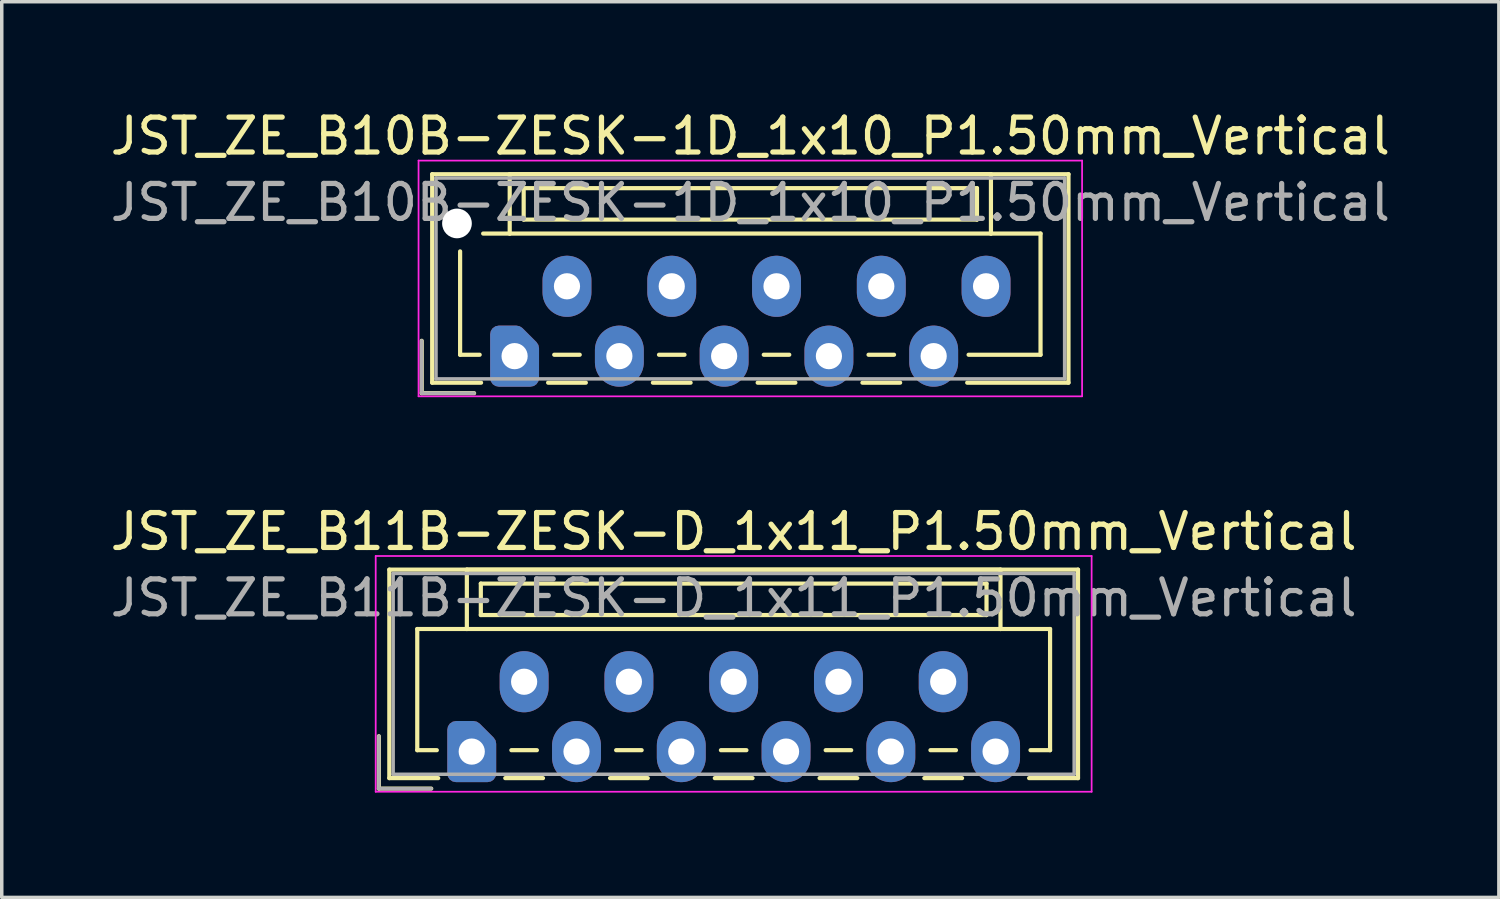
<source format=kicad_pcb>
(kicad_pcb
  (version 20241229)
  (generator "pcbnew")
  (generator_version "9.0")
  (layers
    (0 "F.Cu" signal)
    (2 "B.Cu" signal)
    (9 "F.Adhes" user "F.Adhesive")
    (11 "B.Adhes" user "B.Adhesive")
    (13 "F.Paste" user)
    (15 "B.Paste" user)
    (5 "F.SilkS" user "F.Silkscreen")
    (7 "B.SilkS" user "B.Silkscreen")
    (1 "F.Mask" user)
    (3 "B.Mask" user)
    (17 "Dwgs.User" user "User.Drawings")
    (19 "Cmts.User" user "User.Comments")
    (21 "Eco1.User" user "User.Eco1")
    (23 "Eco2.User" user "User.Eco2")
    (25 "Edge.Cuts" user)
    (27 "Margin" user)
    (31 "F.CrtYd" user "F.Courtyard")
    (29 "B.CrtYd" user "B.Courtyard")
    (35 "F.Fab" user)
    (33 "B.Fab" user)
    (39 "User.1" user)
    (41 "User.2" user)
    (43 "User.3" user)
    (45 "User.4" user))
  (footprint "JST_ZE_B10B-ZESK-1D_1x10_P1.50mm_Vertical"
    (layer "F.Cu")
    (at 11.685 7.148)
    (property "Reference" "JST_ZE_B10B-ZESK-1D_1x10_P1.50mm_Vertical" (at 6.75 -6.3 0) (layer "F.SilkS") (effects (font (size 1 1) (thickness 0.15))))
    (attr through_hole)
    (fp_line (start -2.66 -0.44) (end -2.66 1.06) (stroke (width 0.12) (type solid)) (layer "F.SilkS"))
    (fp_line (start -2.66 1.06) (end -1.16 1.06) (stroke (width 0.12) (type solid)) (layer "F.SilkS"))
    (fp_line (start -2.36 -5.21) (end 15.86 -5.21) (stroke (width 0.12) (type solid)) (layer "F.SilkS"))
    (fp_line (start -2.36 0.76) (end -2.36 -5.21) (stroke (width 0.12) (type solid)) (layer "F.SilkS"))
    (fp_line (start -1.56 -3) (end -1.56 -0.04) (stroke (width 0.12) (type solid)) (layer "F.SilkS"))
    (fp_line (start -1.56 -0.04) (end -1 -0.04) (stroke (width 0.12) (type solid)) (layer "F.SilkS"))
    (fp_line (start -0.96 0.76) (end -2.36 0.76) (stroke (width 0.12) (type solid)) (layer "F.SilkS"))
    (fp_line (start -0.14 -5.21) (end -0.14 -3.51) (stroke (width 0.12) (type solid)) (layer "F.SilkS"))
    (fp_line (start -0.14 -3.51) (end -0.9 -3.51) (stroke (width 0.12) (type solid)) (layer "F.SilkS"))
    (fp_line (start -0.14 -3.51) (end 13.64 -3.51) (stroke (width 0.12) (type solid)) (layer "F.SilkS"))
    (fp_line (start 0.26 -4.81) (end 0.26 -3.91) (stroke (width 0.12) (type solid)) (layer "F.SilkS"))
    (fp_line (start 0.26 -3.91) (end 13.24 -3.91) (stroke (width 0.12) (type solid)) (layer "F.SilkS"))
    (fp_line (start 0.96 0.76) (end 2.04 0.76) (stroke (width 0.12) (type solid)) (layer "F.SilkS"))
    (fp_line (start 1.135 -0.04) (end 1.865 -0.04) (stroke (width 0.12) (type solid)) (layer "F.SilkS"))
    (fp_line (start 3.96 0.76) (end 5.04 0.76) (stroke (width 0.12) (type solid)) (layer "F.SilkS"))
    (fp_line (start 4.135 -0.04) (end 4.865 -0.04) (stroke (width 0.12) (type solid)) (layer "F.SilkS"))
    (fp_line (start 6.96 0.76) (end 8.04 0.76) (stroke (width 0.12) (type solid)) (layer "F.SilkS"))
    (fp_line (start 7.135 -0.04) (end 7.865 -0.04) (stroke (width 0.12) (type solid)) (layer "F.SilkS"))
    (fp_line (start 9.96 0.76) (end 11.04 0.76) (stroke (width 0.12) (type solid)) (layer "F.SilkS"))
    (fp_line (start 10.135 -0.04) (end 10.865 -0.04) (stroke (width 0.12) (type solid)) (layer "F.SilkS"))
    (fp_line (start 13.24 -4.81) (end 0.26 -4.81) (stroke (width 0.12) (type solid)) (layer "F.SilkS"))
    (fp_line (start 13.24 -3.91) (end 13.24 -4.81) (stroke (width 0.12) (type solid)) (layer "F.SilkS"))
    (fp_line (start 13.64 -5.21) (end -0.14 -5.21) (stroke (width 0.12) (type solid)) (layer "F.SilkS"))
    (fp_line (start 13.64 -3.51) (end 13.64 -5.21) (stroke (width 0.12) (type solid)) (layer "F.SilkS"))
    (fp_line (start 13.64 -3.51) (end 15.06 -3.51) (stroke (width 0.12) (type solid)) (layer "F.SilkS"))
    (fp_line (start 15.06 -3.51) (end 15.06 -0.04) (stroke (width 0.12) (type solid)) (layer "F.SilkS"))
    (fp_line (start 15.06 -0.04) (end 13 -0.04) (stroke (width 0.12) (type solid)) (layer "F.SilkS"))
    (fp_line (start 15.86 -5.21) (end 15.86 0.76) (stroke (width 0.12) (type solid)) (layer "F.SilkS"))
    (fp_line (start 15.86 0.76) (end 12.96 0.76) (stroke (width 0.12) (type solid)) (layer "F.SilkS"))
    (fp_line (start -2.75 -5.6) (end -2.75 1.15) (stroke (width 0.05) (type solid)) (layer "F.CrtYd"))
    (fp_line (start -2.75 1.15) (end 16.25 1.15) (stroke (width 0.05) (type solid)) (layer "F.CrtYd"))
    (fp_line (start 16.25 -5.6) (end -2.75 -5.6) (stroke (width 0.05) (type solid)) (layer "F.CrtYd"))
    (fp_line (start 16.25 1.15) (end 16.25 -5.6) (stroke (width 0.05) (type solid)) (layer "F.CrtYd"))
    (fp_line (start -2.66 -0.44) (end -2.66 1.06) (stroke (width 0.1) (type solid)) (layer "F.Fab"))
    (fp_line (start -2.66 1.06) (end -1.16 1.06) (stroke (width 0.1) (type solid)) (layer "F.Fab"))
    (fp_line (start -2.25 -5.1) (end -2.25 0.65) (stroke (width 0.1) (type solid)) (layer "F.Fab"))
    (fp_line (start -2.25 0.65) (end 15.75 0.65) (stroke (width 0.1) (type solid)) (layer "F.Fab"))
    (fp_line (start 15.75 -5.1) (end -2.25 -5.1) (stroke (width 0.1) (type solid)) (layer "F.Fab"))
    (fp_line (start 15.75 0.65) (end 15.75 -5.1) (stroke (width 0.1) (type solid)) (layer "F.Fab"))
    (fp_text user "${REFERENCE}" (at 6.75 -4.4 0) (layer "F.Fab") (effects (font (size 1 1) (thickness 0.15))))
    (pad "" np_thru_hole circle (at -1.65 -3.8) (size 0.85 0.85) (drill 0.85) (layers "*.Cu" "*.Mask"))
    (pad "1" thru_hole custom (at 0 0) (size 1.117 1.117) (drill 0.75) (layers "*.Cu" "*.Mask") (options (anchor circle)) (primitives (gr_poly (pts (xy -0.45 -0.625) (xy 0.05 -0.625) (xy 0.45 -0.225) (xy 0.45 0.625) (xy -0.45 0.625)) (width 0.5) (fill yes))))
    (pad "2" thru_hole oval (at 1.5 -2) (size 1.4 1.75) (drill 0.75) (layers "*.Cu" "*.Mask"))
    (pad "3" thru_hole oval (at 3 0) (size 1.4 1.75) (drill 0.75) (layers "*.Cu" "*.Mask"))
    (pad "4" thru_hole oval (at 4.5 -2) (size 1.4 1.75) (drill 0.75) (layers "*.Cu" "*.Mask"))
    (pad "5" thru_hole oval (at 6 0) (size 1.4 1.75) (drill 0.75) (layers "*.Cu" "*.Mask"))
    (pad "6" thru_hole oval (at 7.5 -2) (size 1.4 1.75) (drill 0.75) (layers "*.Cu" "*.Mask"))
    (pad "7" thru_hole oval (at 9 0) (size 1.4 1.75) (drill 0.75) (layers "*.Cu" "*.Mask"))
    (pad "8" thru_hole oval (at 10.5 -2) (size 1.4 1.75) (drill 0.75) (layers "*.Cu" "*.Mask"))
    (pad "9" thru_hole oval (at 12 0) (size 1.4 1.75) (drill 0.75) (layers "*.Cu" "*.Mask"))
    (pad "10" thru_hole oval (at 13.5 -2) (size 1.4 1.75) (drill 0.75) (layers "*.Cu" "*.Mask")))
  (footprint "JST_ZE_B11B-ZESK-D_1x11_P1.50mm_Vertical"
    (layer "F.Cu")
    (at 10.458 18.471)
    (property "Reference" "JST_ZE_B11B-ZESK-D_1x11_P1.50mm_Vertical" (at 7.5 -6.3 0) (layer "F.SilkS") (effects (font (size 1 1) (thickness 0.15))))
    (attr through_hole)
    (fp_line (start -2.66 -0.44) (end -2.66 1.06) (stroke (width 0.12) (type solid)) (layer "F.SilkS"))
    (fp_line (start -2.66 1.06) (end -1.16 1.06) (stroke (width 0.12) (type solid)) (layer "F.SilkS"))
    (fp_line (start -2.36 -5.21) (end 17.36 -5.21) (stroke (width 0.12) (type solid)) (layer "F.SilkS"))
    (fp_line (start -2.36 0.76) (end -2.36 -5.21) (stroke (width 0.12) (type solid)) (layer "F.SilkS"))
    (fp_line (start -1.56 -3.51) (end -1.56 -0.04) (stroke (width 0.12) (type solid)) (layer "F.SilkS"))
    (fp_line (start -1.56 -0.04) (end -1 -0.04) (stroke (width 0.12) (type solid)) (layer "F.SilkS"))
    (fp_line (start -0.96 0.76) (end -2.36 0.76) (stroke (width 0.12) (type solid)) (layer "F.SilkS"))
    (fp_line (start -0.14 -5.21) (end -0.14 -3.51) (stroke (width 0.12) (type solid)) (layer "F.SilkS"))
    (fp_line (start -0.14 -3.51) (end -1.56 -3.51) (stroke (width 0.12) (type solid)) (layer "F.SilkS"))
    (fp_line (start -0.14 -3.51) (end 15.14 -3.51) (stroke (width 0.12) (type solid)) (layer "F.SilkS"))
    (fp_line (start 0.26 -4.81) (end 0.26 -3.91) (stroke (width 0.12) (type solid)) (layer "F.SilkS"))
    (fp_line (start 0.26 -3.91) (end 14.74 -3.91) (stroke (width 0.12) (type solid)) (layer "F.SilkS"))
    (fp_line (start 0.96 0.76) (end 2.04 0.76) (stroke (width 0.12) (type solid)) (layer "F.SilkS"))
    (fp_line (start 1.135 -0.04) (end 1.865 -0.04) (stroke (width 0.12) (type solid)) (layer "F.SilkS"))
    (fp_line (start 3.96 0.76) (end 5.04 0.76) (stroke (width 0.12) (type solid)) (layer "F.SilkS"))
    (fp_line (start 4.135 -0.04) (end 4.865 -0.04) (stroke (width 0.12) (type solid)) (layer "F.SilkS"))
    (fp_line (start 6.96 0.76) (end 8.04 0.76) (stroke (width 0.12) (type solid)) (layer "F.SilkS"))
    (fp_line (start 7.135 -0.04) (end 7.865 -0.04) (stroke (width 0.12) (type solid)) (layer "F.SilkS"))
    (fp_line (start 9.96 0.76) (end 11.04 0.76) (stroke (width 0.12) (type solid)) (layer "F.SilkS"))
    (fp_line (start 10.135 -0.04) (end 10.865 -0.04) (stroke (width 0.12) (type solid)) (layer "F.SilkS"))
    (fp_line (start 12.96 0.76) (end 14.04 0.76) (stroke (width 0.12) (type solid)) (layer "F.SilkS"))
    (fp_line (start 13.135 -0.04) (end 13.865 -0.04) (stroke (width 0.12) (type solid)) (layer "F.SilkS"))
    (fp_line (start 14.74 -4.81) (end 0.26 -4.81) (stroke (width 0.12) (type solid)) (layer "F.SilkS"))
    (fp_line (start 14.74 -3.91) (end 14.74 -4.81) (stroke (width 0.12) (type solid)) (layer "F.SilkS"))
    (fp_line (start 15.14 -5.21) (end -0.14 -5.21) (stroke (width 0.12) (type solid)) (layer "F.SilkS"))
    (fp_line (start 15.14 -3.51) (end 15.14 -5.21) (stroke (width 0.12) (type solid)) (layer "F.SilkS"))
    (fp_line (start 15.14 -3.51) (end 16.56 -3.51) (stroke (width 0.12) (type solid)) (layer "F.SilkS"))
    (fp_line (start 16.56 -3.51) (end 16.56 -0.04) (stroke (width 0.12) (type solid)) (layer "F.SilkS"))
    (fp_line (start 16.56 -0.04) (end 16 -0.04) (stroke (width 0.12) (type solid)) (layer "F.SilkS"))
    (fp_line (start 17.36 -5.21) (end 17.36 0.76) (stroke (width 0.12) (type solid)) (layer "F.SilkS"))
    (fp_line (start 17.36 0.76) (end 15.96 0.76) (stroke (width 0.12) (type solid)) (layer "F.SilkS"))
    (fp_line (start -2.75 -5.6) (end -2.75 1.15) (stroke (width 0.05) (type solid)) (layer "F.CrtYd"))
    (fp_line (start -2.75 1.15) (end 17.75 1.15) (stroke (width 0.05) (type solid)) (layer "F.CrtYd"))
    (fp_line (start 17.75 -5.6) (end -2.75 -5.6) (stroke (width 0.05) (type solid)) (layer "F.CrtYd"))
    (fp_line (start 17.75 1.15) (end 17.75 -5.6) (stroke (width 0.05) (type solid)) (layer "F.CrtYd"))
    (fp_line (start -2.66 -0.44) (end -2.66 1.06) (stroke (width 0.1) (type solid)) (layer "F.Fab"))
    (fp_line (start -2.66 1.06) (end -1.16 1.06) (stroke (width 0.1) (type solid)) (layer "F.Fab"))
    (fp_line (start -2.25 -5.1) (end -2.25 0.65) (stroke (width 0.1) (type solid)) (layer "F.Fab"))
    (fp_line (start -2.25 0.65) (end 17.25 0.65) (stroke (width 0.1) (type solid)) (layer "F.Fab"))
    (fp_line (start 17.25 -5.1) (end -2.25 -5.1) (stroke (width 0.1) (type solid)) (layer "F.Fab"))
    (fp_line (start 17.25 0.65) (end 17.25 -5.1) (stroke (width 0.1) (type solid)) (layer "F.Fab"))
    (fp_text user "${REFERENCE}" (at 7.5 -4.4 0) (layer "F.Fab") (effects (font (size 1 1) (thickness 0.15))))
    (pad "1" thru_hole custom (at 0 0) (size 1.117 1.117) (drill 0.75) (layers "*.Cu" "*.Mask") (options (anchor circle)) (primitives (gr_poly (pts (xy -0.45 -0.625) (xy 0.05 -0.625) (xy 0.45 -0.225) (xy 0.45 0.625) (xy -0.45 0.625)) (width 0.5) (fill yes))))
    (pad "2" thru_hole oval (at 1.5 -2) (size 1.4 1.75) (drill 0.75) (layers "*.Cu" "*.Mask"))
    (pad "3" thru_hole oval (at 3 0) (size 1.4 1.75) (drill 0.75) (layers "*.Cu" "*.Mask"))
    (pad "4" thru_hole oval (at 4.5 -2) (size 1.4 1.75) (drill 0.75) (layers "*.Cu" "*.Mask"))
    (pad "5" thru_hole oval (at 6 0) (size 1.4 1.75) (drill 0.75) (layers "*.Cu" "*.Mask"))
    (pad "6" thru_hole oval (at 7.5 -2) (size 1.4 1.75) (drill 0.75) (layers "*.Cu" "*.Mask"))
    (pad "7" thru_hole oval (at 9 0) (size 1.4 1.75) (drill 0.75) (layers "*.Cu" "*.Mask"))
    (pad "8" thru_hole oval (at 10.5 -2) (size 1.4 1.75) (drill 0.75) (layers "*.Cu" "*.Mask"))
    (pad "9" thru_hole oval (at 12 0) (size 1.4 1.75) (drill 0.75) (layers "*.Cu" "*.Mask"))
    (pad "10" thru_hole oval (at 13.5 -2) (size 1.4 1.75) (drill 0.75) (layers "*.Cu" "*.Mask"))
    (pad "11" thru_hole oval (at 15 0) (size 1.4 1.75) (drill 0.75) (layers "*.Cu" "*.Mask")))
  (gr_rect
    (start -3 -3)
    (end 39.869 22.646)
    (stroke (width 0.1) (type default))
    (fill no)
    (layer "Edge.Cuts")))
</source>
